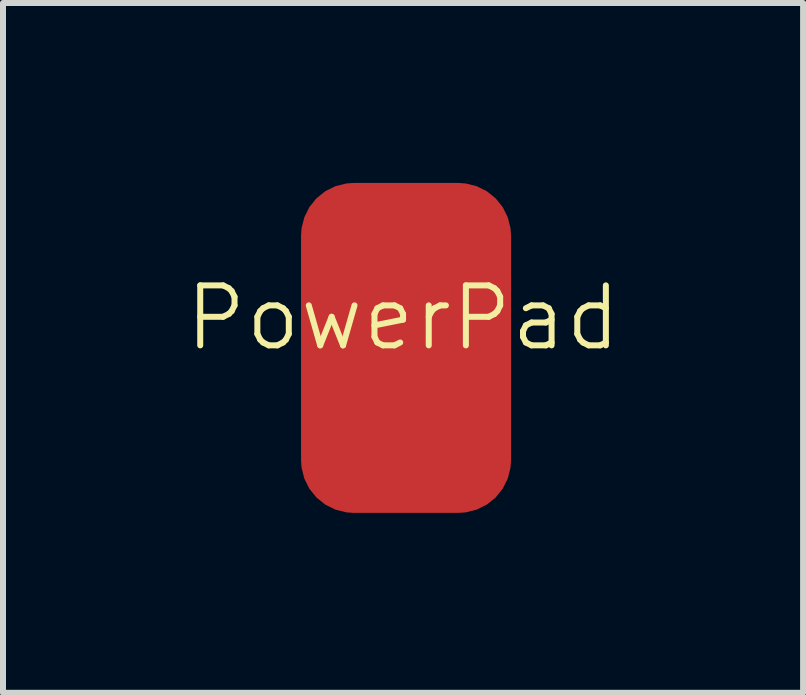
<source format=kicad_pcb>
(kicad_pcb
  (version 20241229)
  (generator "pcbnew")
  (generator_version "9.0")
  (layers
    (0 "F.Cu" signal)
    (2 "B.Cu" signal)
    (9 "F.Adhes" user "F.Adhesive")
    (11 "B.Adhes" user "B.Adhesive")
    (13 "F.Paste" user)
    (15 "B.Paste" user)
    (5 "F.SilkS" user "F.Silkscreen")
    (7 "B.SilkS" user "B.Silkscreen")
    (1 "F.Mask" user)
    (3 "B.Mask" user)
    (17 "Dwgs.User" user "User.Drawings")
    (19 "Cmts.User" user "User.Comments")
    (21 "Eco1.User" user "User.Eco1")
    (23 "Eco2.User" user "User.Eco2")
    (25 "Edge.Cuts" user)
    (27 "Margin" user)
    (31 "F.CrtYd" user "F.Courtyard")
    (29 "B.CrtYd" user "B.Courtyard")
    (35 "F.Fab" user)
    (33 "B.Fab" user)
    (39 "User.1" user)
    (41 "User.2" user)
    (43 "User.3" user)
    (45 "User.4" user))
  (footprint "PowerPad"
    (layer "F.Cu")
    (at 3.669 2.75)
    (property "Reference" "PowerPad" (at 0 -0.5 0) (unlocked yes) (layer "F.SilkS") (effects (font (size 1 1) (thickness 0.1))))
    (attr smd)
    (pad "1" smd roundrect (at 0.05 0) (size 3.5 5.5) (layers "F.Cu" "F.Mask" "F.Paste") (roundrect_rratio 0.25)))
  (gr_rect
    (start -3 -3)
    (end 10.338 8.5)
    (stroke (width 0.1) (type default))
    (fill no)
    (layer "Edge.Cuts")))
</source>
